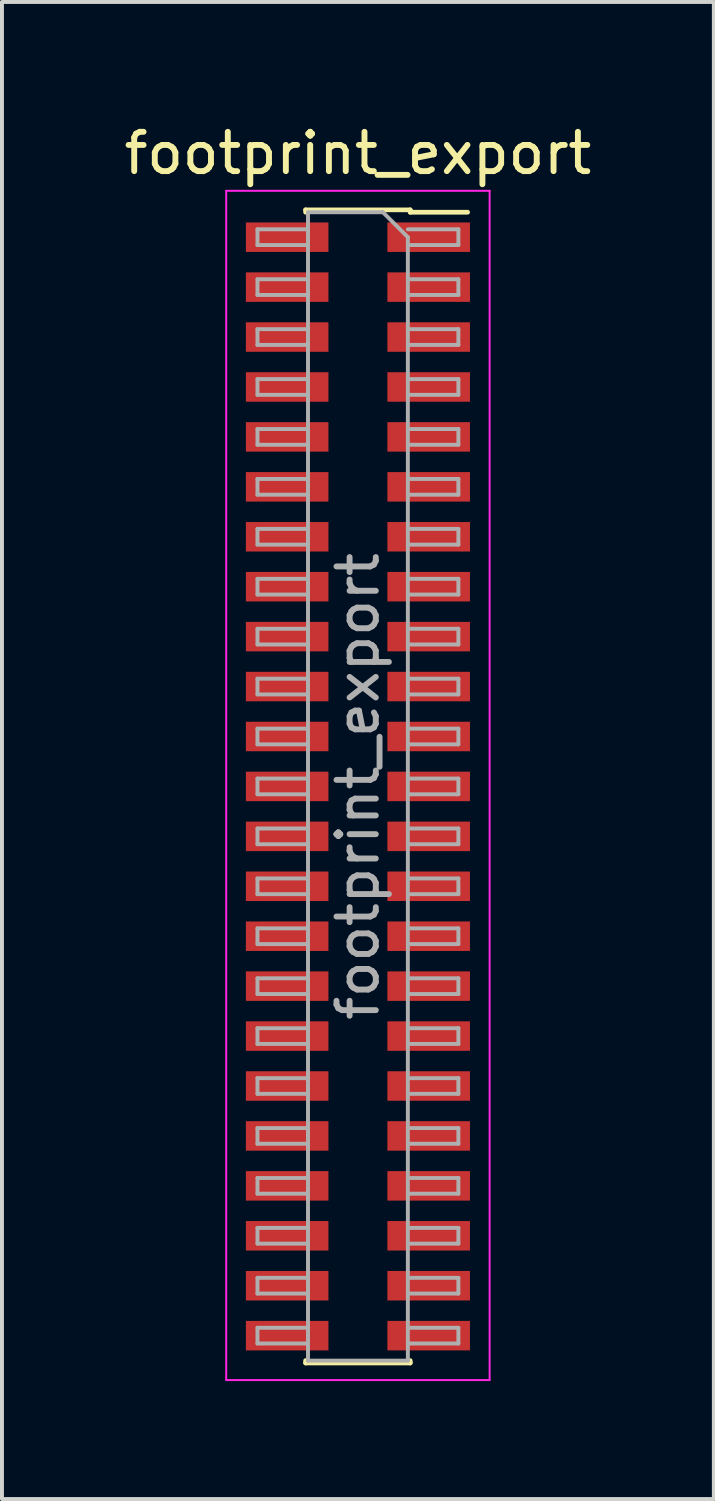
<source format=kicad_pcb>
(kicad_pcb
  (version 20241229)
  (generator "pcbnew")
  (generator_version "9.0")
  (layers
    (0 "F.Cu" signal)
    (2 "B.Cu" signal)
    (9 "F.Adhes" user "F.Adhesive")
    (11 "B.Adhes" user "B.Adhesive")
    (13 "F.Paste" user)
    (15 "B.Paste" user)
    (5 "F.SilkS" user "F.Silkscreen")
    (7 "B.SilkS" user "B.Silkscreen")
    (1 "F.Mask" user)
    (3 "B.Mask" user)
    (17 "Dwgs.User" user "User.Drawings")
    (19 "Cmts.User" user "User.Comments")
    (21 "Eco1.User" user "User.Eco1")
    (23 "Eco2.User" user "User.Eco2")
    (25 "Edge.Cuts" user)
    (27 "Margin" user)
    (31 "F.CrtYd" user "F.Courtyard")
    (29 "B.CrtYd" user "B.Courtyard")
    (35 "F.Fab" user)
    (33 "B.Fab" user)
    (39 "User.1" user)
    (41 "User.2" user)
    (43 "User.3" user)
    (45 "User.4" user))
  (footprint "footprint_export"
    (layer "F.Cu")
    (at 6.054 16.953)
    (property "Reference" "footprint_export" (at 0 -16.105 0) (layer "F.SilkS") (effects (font (size 1 1) (thickness 0.15))))
    (attr smd)
    (fp_line (start -1.33 -14.665) (end -1.33 -14.605) (stroke (width 0.12) (type solid)) (layer "F.SilkS"))
    (fp_line (start -1.33 -14.665) (end 1.33 -14.665) (stroke (width 0.12) (type solid)) (layer "F.SilkS"))
    (fp_line (start -1.33 14.605) (end -1.33 14.665) (stroke (width 0.12) (type solid)) (layer "F.SilkS"))
    (fp_line (start -1.33 14.665) (end 1.33 14.665) (stroke (width 0.12) (type solid)) (layer "F.SilkS"))
    (fp_line (start 1.33 -14.665) (end 1.33 -14.605) (stroke (width 0.12) (type solid)) (layer "F.SilkS"))
    (fp_line (start 1.33 -14.605) (end 2.79 -14.605) (stroke (width 0.12) (type solid)) (layer "F.SilkS"))
    (fp_line (start 1.33 14.605) (end 1.33 14.665) (stroke (width 0.12) (type solid)) (layer "F.SilkS"))
    (fp_line (start -3.35 -15.15) (end 3.35 -15.15) (stroke (width 0.05) (type solid)) (layer "F.CrtYd"))
    (fp_line (start -3.35 15.1) (end -3.35 -15.15) (stroke (width 0.05) (type solid)) (layer "F.CrtYd"))
    (fp_line (start 3.35 -15.15) (end 3.35 15.1) (stroke (width 0.05) (type solid)) (layer "F.CrtYd"))
    (fp_line (start 3.35 15.1) (end -3.35 15.1) (stroke (width 0.05) (type solid)) (layer "F.CrtYd"))
    (fp_line (start -2.555 -14.17) (end -1.27 -14.17) (stroke (width 0.1) (type solid)) (layer "F.Fab"))
    (fp_line (start -2.555 -13.77) (end -2.555 -14.17) (stroke (width 0.1) (type solid)) (layer "F.Fab"))
    (fp_line (start -2.555 -12.9) (end -1.27 -12.9) (stroke (width 0.1) (type solid)) (layer "F.Fab"))
    (fp_line (start -2.555 -12.5) (end -2.555 -12.9) (stroke (width 0.1) (type solid)) (layer "F.Fab"))
    (fp_line (start -2.555 -11.63) (end -1.27 -11.63) (stroke (width 0.1) (type solid)) (layer "F.Fab"))
    (fp_line (start -2.555 -11.23) (end -2.555 -11.63) (stroke (width 0.1) (type solid)) (layer "F.Fab"))
    (fp_line (start -2.555 -10.36) (end -1.27 -10.36) (stroke (width 0.1) (type solid)) (layer "F.Fab"))
    (fp_line (start -2.555 -9.96) (end -2.555 -10.36) (stroke (width 0.1) (type solid)) (layer "F.Fab"))
    (fp_line (start -2.555 -9.09) (end -1.27 -9.09) (stroke (width 0.1) (type solid)) (layer "F.Fab"))
    (fp_line (start -2.555 -8.69) (end -2.555 -9.09) (stroke (width 0.1) (type solid)) (layer "F.Fab"))
    (fp_line (start -2.555 -7.82) (end -1.27 -7.82) (stroke (width 0.1) (type solid)) (layer "F.Fab"))
    (fp_line (start -2.555 -7.42) (end -2.555 -7.82) (stroke (width 0.1) (type solid)) (layer "F.Fab"))
    (fp_line (start -2.555 -6.55) (end -1.27 -6.55) (stroke (width 0.1) (type solid)) (layer "F.Fab"))
    (fp_line (start -2.555 -6.15) (end -2.555 -6.55) (stroke (width 0.1) (type solid)) (layer "F.Fab"))
    (fp_line (start -2.555 -5.28) (end -1.27 -5.28) (stroke (width 0.1) (type solid)) (layer "F.Fab"))
    (fp_line (start -2.555 -4.88) (end -2.555 -5.28) (stroke (width 0.1) (type solid)) (layer "F.Fab"))
    (fp_line (start -2.555 -4.01) (end -1.27 -4.01) (stroke (width 0.1) (type solid)) (layer "F.Fab"))
    (fp_line (start -2.555 -3.61) (end -2.555 -4.01) (stroke (width 0.1) (type solid)) (layer "F.Fab"))
    (fp_line (start -2.555 -2.74) (end -1.27 -2.74) (stroke (width 0.1) (type solid)) (layer "F.Fab"))
    (fp_line (start -2.555 -2.34) (end -2.555 -2.74) (stroke (width 0.1) (type solid)) (layer "F.Fab"))
    (fp_line (start -2.555 -1.47) (end -1.27 -1.47) (stroke (width 0.1) (type solid)) (layer "F.Fab"))
    (fp_line (start -2.555 -1.07) (end -2.555 -1.47) (stroke (width 0.1) (type solid)) (layer "F.Fab"))
    (fp_line (start -2.555 -0.2) (end -1.27 -0.2) (stroke (width 0.1) (type solid)) (layer "F.Fab"))
    (fp_line (start -2.555 0.2) (end -2.555 -0.2) (stroke (width 0.1) (type solid)) (layer "F.Fab"))
    (fp_line (start -2.555 1.07) (end -1.27 1.07) (stroke (width 0.1) (type solid)) (layer "F.Fab"))
    (fp_line (start -2.555 1.47) (end -2.555 1.07) (stroke (width 0.1) (type solid)) (layer "F.Fab"))
    (fp_line (start -2.555 2.34) (end -1.27 2.34) (stroke (width 0.1) (type solid)) (layer "F.Fab"))
    (fp_line (start -2.555 2.74) (end -2.555 2.34) (stroke (width 0.1) (type solid)) (layer "F.Fab"))
    (fp_line (start -2.555 3.61) (end -1.27 3.61) (stroke (width 0.1) (type solid)) (layer "F.Fab"))
    (fp_line (start -2.555 4.01) (end -2.555 3.61) (stroke (width 0.1) (type solid)) (layer "F.Fab"))
    (fp_line (start -2.555 4.88) (end -1.27 4.88) (stroke (width 0.1) (type solid)) (layer "F.Fab"))
    (fp_line (start -2.555 5.28) (end -2.555 4.88) (stroke (width 0.1) (type solid)) (layer "F.Fab"))
    (fp_line (start -2.555 6.15) (end -1.27 6.15) (stroke (width 0.1) (type solid)) (layer "F.Fab"))
    (fp_line (start -2.555 6.55) (end -2.555 6.15) (stroke (width 0.1) (type solid)) (layer "F.Fab"))
    (fp_line (start -2.555 7.42) (end -1.27 7.42) (stroke (width 0.1) (type solid)) (layer "F.Fab"))
    (fp_line (start -2.555 7.82) (end -2.555 7.42) (stroke (width 0.1) (type solid)) (layer "F.Fab"))
    (fp_line (start -2.555 8.69) (end -1.27 8.69) (stroke (width 0.1) (type solid)) (layer "F.Fab"))
    (fp_line (start -2.555 9.09) (end -2.555 8.69) (stroke (width 0.1) (type solid)) (layer "F.Fab"))
    (fp_line (start -2.555 9.96) (end -1.27 9.96) (stroke (width 0.1) (type solid)) (layer "F.Fab"))
    (fp_line (start -2.555 10.36) (end -2.555 9.96) (stroke (width 0.1) (type solid)) (layer "F.Fab"))
    (fp_line (start -2.555 11.23) (end -1.27 11.23) (stroke (width 0.1) (type solid)) (layer "F.Fab"))
    (fp_line (start -2.555 11.63) (end -2.555 11.23) (stroke (width 0.1) (type solid)) (layer "F.Fab"))
    (fp_line (start -2.555 12.5) (end -1.27 12.5) (stroke (width 0.1) (type solid)) (layer "F.Fab"))
    (fp_line (start -2.555 12.9) (end -2.555 12.5) (stroke (width 0.1) (type solid)) (layer "F.Fab"))
    (fp_line (start -2.555 13.77) (end -1.27 13.77) (stroke (width 0.1) (type solid)) (layer "F.Fab"))
    (fp_line (start -2.555 14.17) (end -2.555 13.77) (stroke (width 0.1) (type solid)) (layer "F.Fab"))
    (fp_line (start -1.27 -14.605) (end 0.635 -14.605) (stroke (width 0.1) (type solid)) (layer "F.Fab"))
    (fp_line (start -1.27 -13.77) (end -2.555 -13.77) (stroke (width 0.1) (type solid)) (layer "F.Fab"))
    (fp_line (start -1.27 -12.5) (end -2.555 -12.5) (stroke (width 0.1) (type solid)) (layer "F.Fab"))
    (fp_line (start -1.27 -11.23) (end -2.555 -11.23) (stroke (width 0.1) (type solid)) (layer "F.Fab"))
    (fp_line (start -1.27 -9.96) (end -2.555 -9.96) (stroke (width 0.1) (type solid)) (layer "F.Fab"))
    (fp_line (start -1.27 -8.69) (end -2.555 -8.69) (stroke (width 0.1) (type solid)) (layer "F.Fab"))
    (fp_line (start -1.27 -7.42) (end -2.555 -7.42) (stroke (width 0.1) (type solid)) (layer "F.Fab"))
    (fp_line (start -1.27 -6.15) (end -2.555 -6.15) (stroke (width 0.1) (type solid)) (layer "F.Fab"))
    (fp_line (start -1.27 -4.88) (end -2.555 -4.88) (stroke (width 0.1) (type solid)) (layer "F.Fab"))
    (fp_line (start -1.27 -3.61) (end -2.555 -3.61) (stroke (width 0.1) (type solid)) (layer "F.Fab"))
    (fp_line (start -1.27 -2.34) (end -2.555 -2.34) (stroke (width 0.1) (type solid)) (layer "F.Fab"))
    (fp_line (start -1.27 -1.07) (end -2.555 -1.07) (stroke (width 0.1) (type solid)) (layer "F.Fab"))
    (fp_line (start -1.27 0.2) (end -2.555 0.2) (stroke (width 0.1) (type solid)) (layer "F.Fab"))
    (fp_line (start -1.27 1.47) (end -2.555 1.47) (stroke (width 0.1) (type solid)) (layer "F.Fab"))
    (fp_line (start -1.27 2.74) (end -2.555 2.74) (stroke (width 0.1) (type solid)) (layer "F.Fab"))
    (fp_line (start -1.27 4.01) (end -2.555 4.01) (stroke (width 0.1) (type solid)) (layer "F.Fab"))
    (fp_line (start -1.27 5.28) (end -2.555 5.28) (stroke (width 0.1) (type solid)) (layer "F.Fab"))
    (fp_line (start -1.27 6.55) (end -2.555 6.55) (stroke (width 0.1) (type solid)) (layer "F.Fab"))
    (fp_line (start -1.27 7.82) (end -2.555 7.82) (stroke (width 0.1) (type solid)) (layer "F.Fab"))
    (fp_line (start -1.27 9.09) (end -2.555 9.09) (stroke (width 0.1) (type solid)) (layer "F.Fab"))
    (fp_line (start -1.27 10.36) (end -2.555 10.36) (stroke (width 0.1) (type solid)) (layer "F.Fab"))
    (fp_line (start -1.27 11.63) (end -2.555 11.63) (stroke (width 0.1) (type solid)) (layer "F.Fab"))
    (fp_line (start -1.27 12.9) (end -2.555 12.9) (stroke (width 0.1) (type solid)) (layer "F.Fab"))
    (fp_line (start -1.27 14.17) (end -2.555 14.17) (stroke (width 0.1) (type solid)) (layer "F.Fab"))
    (fp_line (start -1.27 14.605) (end -1.27 -14.605) (stroke (width 0.1) (type solid)) (layer "F.Fab"))
    (fp_line (start 0.635 -14.605) (end 1.27 -13.97) (stroke (width 0.1) (type solid)) (layer "F.Fab"))
    (fp_line (start 1.27 -14.17) (end 2.555 -14.17) (stroke (width 0.1) (type solid)) (layer "F.Fab"))
    (fp_line (start 1.27 -13.97) (end 1.27 14.605) (stroke (width 0.1) (type solid)) (layer "F.Fab"))
    (fp_line (start 1.27 -12.9) (end 2.555 -12.9) (stroke (width 0.1) (type solid)) (layer "F.Fab"))
    (fp_line (start 1.27 -11.63) (end 2.555 -11.63) (stroke (width 0.1) (type solid)) (layer "F.Fab"))
    (fp_line (start 1.27 -10.36) (end 2.555 -10.36) (stroke (width 0.1) (type solid)) (layer "F.Fab"))
    (fp_line (start 1.27 -9.09) (end 2.555 -9.09) (stroke (width 0.1) (type solid)) (layer "F.Fab"))
    (fp_line (start 1.27 -7.82) (end 2.555 -7.82) (stroke (width 0.1) (type solid)) (layer "F.Fab"))
    (fp_line (start 1.27 -6.55) (end 2.555 -6.55) (stroke (width 0.1) (type solid)) (layer "F.Fab"))
    (fp_line (start 1.27 -5.28) (end 2.555 -5.28) (stroke (width 0.1) (type solid)) (layer "F.Fab"))
    (fp_line (start 1.27 -4.01) (end 2.555 -4.01) (stroke (width 0.1) (type solid)) (layer "F.Fab"))
    (fp_line (start 1.27 -2.74) (end 2.555 -2.74) (stroke (width 0.1) (type solid)) (layer "F.Fab"))
    (fp_line (start 1.27 -1.47) (end 2.555 -1.47) (stroke (width 0.1) (type solid)) (layer "F.Fab"))
    (fp_line (start 1.27 -0.2) (end 2.555 -0.2) (stroke (width 0.1) (type solid)) (layer "F.Fab"))
    (fp_line (start 1.27 1.07) (end 2.555 1.07) (stroke (width 0.1) (type solid)) (layer "F.Fab"))
    (fp_line (start 1.27 2.34) (end 2.555 2.34) (stroke (width 0.1) (type solid)) (layer "F.Fab"))
    (fp_line (start 1.27 3.61) (end 2.555 3.61) (stroke (width 0.1) (type solid)) (layer "F.Fab"))
    (fp_line (start 1.27 4.88) (end 2.555 4.88) (stroke (width 0.1) (type solid)) (layer "F.Fab"))
    (fp_line (start 1.27 6.15) (end 2.555 6.15) (stroke (width 0.1) (type solid)) (layer "F.Fab"))
    (fp_line (start 1.27 7.42) (end 2.555 7.42) (stroke (width 0.1) (type solid)) (layer "F.Fab"))
    (fp_line (start 1.27 8.69) (end 2.555 8.69) (stroke (width 0.1) (type solid)) (layer "F.Fab"))
    (fp_line (start 1.27 9.96) (end 2.555 9.96) (stroke (width 0.1) (type solid)) (layer "F.Fab"))
    (fp_line (start 1.27 11.23) (end 2.555 11.23) (stroke (width 0.1) (type solid)) (layer "F.Fab"))
    (fp_line (start 1.27 12.5) (end 2.555 12.5) (stroke (width 0.1) (type solid)) (layer "F.Fab"))
    (fp_line (start 1.27 13.77) (end 2.555 13.77) (stroke (width 0.1) (type solid)) (layer "F.Fab"))
    (fp_line (start 1.27 14.605) (end -1.27 14.605) (stroke (width 0.1) (type solid)) (layer "F.Fab"))
    (fp_line (start 2.555 -14.17) (end 2.555 -13.77) (stroke (width 0.1) (type solid)) (layer "F.Fab"))
    (fp_line (start 2.555 -13.77) (end 1.27 -13.77) (stroke (width 0.1) (type solid)) (layer "F.Fab"))
    (fp_line (start 2.555 -12.9) (end 2.555 -12.5) (stroke (width 0.1) (type solid)) (layer "F.Fab"))
    (fp_line (start 2.555 -12.5) (end 1.27 -12.5) (stroke (width 0.1) (type solid)) (layer "F.Fab"))
    (fp_line (start 2.555 -11.63) (end 2.555 -11.23) (stroke (width 0.1) (type solid)) (layer "F.Fab"))
    (fp_line (start 2.555 -11.23) (end 1.27 -11.23) (stroke (width 0.1) (type solid)) (layer "F.Fab"))
    (fp_line (start 2.555 -10.36) (end 2.555 -9.96) (stroke (width 0.1) (type solid)) (layer "F.Fab"))
    (fp_line (start 2.555 -9.96) (end 1.27 -9.96) (stroke (width 0.1) (type solid)) (layer "F.Fab"))
    (fp_line (start 2.555 -9.09) (end 2.555 -8.69) (stroke (width 0.1) (type solid)) (layer "F.Fab"))
    (fp_line (start 2.555 -8.69) (end 1.27 -8.69) (stroke (width 0.1) (type solid)) (layer "F.Fab"))
    (fp_line (start 2.555 -7.82) (end 2.555 -7.42) (stroke (width 0.1) (type solid)) (layer "F.Fab"))
    (fp_line (start 2.555 -7.42) (end 1.27 -7.42) (stroke (width 0.1) (type solid)) (layer "F.Fab"))
    (fp_line (start 2.555 -6.55) (end 2.555 -6.15) (stroke (width 0.1) (type solid)) (layer "F.Fab"))
    (fp_line (start 2.555 -6.15) (end 1.27 -6.15) (stroke (width 0.1) (type solid)) (layer "F.Fab"))
    (fp_line (start 2.555 -5.28) (end 2.555 -4.88) (stroke (width 0.1) (type solid)) (layer "F.Fab"))
    (fp_line (start 2.555 -4.88) (end 1.27 -4.88) (stroke (width 0.1) (type solid)) (layer "F.Fab"))
    (fp_line (start 2.555 -4.01) (end 2.555 -3.61) (stroke (width 0.1) (type solid)) (layer "F.Fab"))
    (fp_line (start 2.555 -3.61) (end 1.27 -3.61) (stroke (width 0.1) (type solid)) (layer "F.Fab"))
    (fp_line (start 2.555 -2.74) (end 2.555 -2.34) (stroke (width 0.1) (type solid)) (layer "F.Fab"))
    (fp_line (start 2.555 -2.34) (end 1.27 -2.34) (stroke (width 0.1) (type solid)) (layer "F.Fab"))
    (fp_line (start 2.555 -1.47) (end 2.555 -1.07) (stroke (width 0.1) (type solid)) (layer "F.Fab"))
    (fp_line (start 2.555 -1.07) (end 1.27 -1.07) (stroke (width 0.1) (type solid)) (layer "F.Fab"))
    (fp_line (start 2.555 -0.2) (end 2.555 0.2) (stroke (width 0.1) (type solid)) (layer "F.Fab"))
    (fp_line (start 2.555 0.2) (end 1.27 0.2) (stroke (width 0.1) (type solid)) (layer "F.Fab"))
    (fp_line (start 2.555 1.07) (end 2.555 1.47) (stroke (width 0.1) (type solid)) (layer "F.Fab"))
    (fp_line (start 2.555 1.47) (end 1.27 1.47) (stroke (width 0.1) (type solid)) (layer "F.Fab"))
    (fp_line (start 2.555 2.34) (end 2.555 2.74) (stroke (width 0.1) (type solid)) (layer "F.Fab"))
    (fp_line (start 2.555 2.74) (end 1.27 2.74) (stroke (width 0.1) (type solid)) (layer "F.Fab"))
    (fp_line (start 2.555 3.61) (end 2.555 4.01) (stroke (width 0.1) (type solid)) (layer "F.Fab"))
    (fp_line (start 2.555 4.01) (end 1.27 4.01) (stroke (width 0.1) (type solid)) (layer "F.Fab"))
    (fp_line (start 2.555 4.88) (end 2.555 5.28) (stroke (width 0.1) (type solid)) (layer "F.Fab"))
    (fp_line (start 2.555 5.28) (end 1.27 5.28) (stroke (width 0.1) (type solid)) (layer "F.Fab"))
    (fp_line (start 2.555 6.15) (end 2.555 6.55) (stroke (width 0.1) (type solid)) (layer "F.Fab"))
    (fp_line (start 2.555 6.55) (end 1.27 6.55) (stroke (width 0.1) (type solid)) (layer "F.Fab"))
    (fp_line (start 2.555 7.42) (end 2.555 7.82) (stroke (width 0.1) (type solid)) (layer "F.Fab"))
    (fp_line (start 2.555 7.82) (end 1.27 7.82) (stroke (width 0.1) (type solid)) (layer "F.Fab"))
    (fp_line (start 2.555 8.69) (end 2.555 9.09) (stroke (width 0.1) (type solid)) (layer "F.Fab"))
    (fp_line (start 2.555 9.09) (end 1.27 9.09) (stroke (width 0.1) (type solid)) (layer "F.Fab"))
    (fp_line (start 2.555 9.96) (end 2.555 10.36) (stroke (width 0.1) (type solid)) (layer "F.Fab"))
    (fp_line (start 2.555 10.36) (end 1.27 10.36) (stroke (width 0.1) (type solid)) (layer "F.Fab"))
    (fp_line (start 2.555 11.23) (end 2.555 11.63) (stroke (width 0.1) (type solid)) (layer "F.Fab"))
    (fp_line (start 2.555 11.63) (end 1.27 11.63) (stroke (width 0.1) (type solid)) (layer "F.Fab"))
    (fp_line (start 2.555 12.5) (end 2.555 12.9) (stroke (width 0.1) (type solid)) (layer "F.Fab"))
    (fp_line (start 2.555 12.9) (end 1.27 12.9) (stroke (width 0.1) (type solid)) (layer "F.Fab"))
    (fp_line (start 2.555 13.77) (end 2.555 14.17) (stroke (width 0.1) (type solid)) (layer "F.Fab"))
    (fp_line (start 2.555 14.17) (end 1.27 14.17) (stroke (width 0.1) (type solid)) (layer "F.Fab"))
    (fp_text user "${REFERENCE}" (at 0 0 90) (layer "F.Fab") (effects (font (size 1 1) (thickness 0.15))))
    (pad "1" smd rect (at 1.8 -13.97) (size 2.1 0.75) (layers "F.Cu" "F.Mask" "F.Paste"))
    (pad "2" smd rect (at -1.8 -13.97) (size 2.1 0.75) (layers "F.Cu" "F.Mask" "F.Paste"))
    (pad "3" smd rect (at 1.8 -12.7) (size 2.1 0.75) (layers "F.Cu" "F.Mask" "F.Paste"))
    (pad "4" smd rect (at -1.8 -12.7) (size 2.1 0.75) (layers "F.Cu" "F.Mask" "F.Paste"))
    (pad "5" smd rect (at 1.8 -11.43) (size 2.1 0.75) (layers "F.Cu" "F.Mask" "F.Paste"))
    (pad "6" smd rect (at -1.8 -11.43) (size 2.1 0.75) (layers "F.Cu" "F.Mask" "F.Paste"))
    (pad "7" smd rect (at 1.8 -10.16) (size 2.1 0.75) (layers "F.Cu" "F.Mask" "F.Paste"))
    (pad "8" smd rect (at -1.8 -10.16) (size 2.1 0.75) (layers "F.Cu" "F.Mask" "F.Paste"))
    (pad "9" smd rect (at 1.8 -8.89) (size 2.1 0.75) (layers "F.Cu" "F.Mask" "F.Paste"))
    (pad "10" smd rect (at -1.8 -8.89) (size 2.1 0.75) (layers "F.Cu" "F.Mask" "F.Paste"))
    (pad "11" smd rect (at 1.8 -7.62) (size 2.1 0.75) (layers "F.Cu" "F.Mask" "F.Paste"))
    (pad "12" smd rect (at -1.8 -7.62) (size 2.1 0.75) (layers "F.Cu" "F.Mask" "F.Paste"))
    (pad "13" smd rect (at 1.8 -6.35) (size 2.1 0.75) (layers "F.Cu" "F.Mask" "F.Paste"))
    (pad "14" smd rect (at -1.8 -6.35) (size 2.1 0.75) (layers "F.Cu" "F.Mask" "F.Paste"))
    (pad "15" smd rect (at 1.8 -5.08) (size 2.1 0.75) (layers "F.Cu" "F.Mask" "F.Paste"))
    (pad "16" smd rect (at -1.8 -5.08) (size 2.1 0.75) (layers "F.Cu" "F.Mask" "F.Paste"))
    (pad "17" smd rect (at 1.8 -3.81) (size 2.1 0.75) (layers "F.Cu" "F.Mask" "F.Paste"))
    (pad "18" smd rect (at -1.8 -3.81) (size 2.1 0.75) (layers "F.Cu" "F.Mask" "F.Paste"))
    (pad "19" smd rect (at 1.8 -2.54) (size 2.1 0.75) (layers "F.Cu" "F.Mask" "F.Paste"))
    (pad "20" smd rect (at -1.8 -2.54) (size 2.1 0.75) (layers "F.Cu" "F.Mask" "F.Paste"))
    (pad "21" smd rect (at 1.8 -1.27) (size 2.1 0.75) (layers "F.Cu" "F.Mask" "F.Paste"))
    (pad "22" smd rect (at -1.8 -1.27) (size 2.1 0.75) (layers "F.Cu" "F.Mask" "F.Paste"))
    (pad "23" smd rect (at 1.8 0) (size 2.1 0.75) (layers "F.Cu" "F.Mask" "F.Paste"))
    (pad "24" smd rect (at -1.8 0) (size 2.1 0.75) (layers "F.Cu" "F.Mask" "F.Paste"))
    (pad "25" smd rect (at 1.8 1.27) (size 2.1 0.75) (layers "F.Cu" "F.Mask" "F.Paste"))
    (pad "26" smd rect (at -1.8 1.27) (size 2.1 0.75) (layers "F.Cu" "F.Mask" "F.Paste"))
    (pad "27" smd rect (at 1.8 2.54) (size 2.1 0.75) (layers "F.Cu" "F.Mask" "F.Paste"))
    (pad "28" smd rect (at -1.8 2.54) (size 2.1 0.75) (layers "F.Cu" "F.Mask" "F.Paste"))
    (pad "29" smd rect (at 1.8 3.81) (size 2.1 0.75) (layers "F.Cu" "F.Mask" "F.Paste"))
    (pad "30" smd rect (at -1.8 3.81) (size 2.1 0.75) (layers "F.Cu" "F.Mask" "F.Paste"))
    (pad "31" smd rect (at 1.8 5.08) (size 2.1 0.75) (layers "F.Cu" "F.Mask" "F.Paste"))
    (pad "32" smd rect (at -1.8 5.08) (size 2.1 0.75) (layers "F.Cu" "F.Mask" "F.Paste"))
    (pad "33" smd rect (at 1.8 6.35) (size 2.1 0.75) (layers "F.Cu" "F.Mask" "F.Paste"))
    (pad "34" smd rect (at -1.8 6.35) (size 2.1 0.75) (layers "F.Cu" "F.Mask" "F.Paste"))
    (pad "35" smd rect (at 1.8 7.62) (size 2.1 0.75) (layers "F.Cu" "F.Mask" "F.Paste"))
    (pad "36" smd rect (at -1.8 7.62) (size 2.1 0.75) (layers "F.Cu" "F.Mask" "F.Paste"))
    (pad "37" smd rect (at 1.8 8.89) (size 2.1 0.75) (layers "F.Cu" "F.Mask" "F.Paste"))
    (pad "38" smd rect (at -1.8 8.89) (size 2.1 0.75) (layers "F.Cu" "F.Mask" "F.Paste"))
    (pad "39" smd rect (at 1.8 10.16) (size 2.1 0.75) (layers "F.Cu" "F.Mask" "F.Paste"))
    (pad "40" smd rect (at -1.8 10.16) (size 2.1 0.75) (layers "F.Cu" "F.Mask" "F.Paste"))
    (pad "41" smd rect (at 1.8 11.43) (size 2.1 0.75) (layers "F.Cu" "F.Mask" "F.Paste"))
    (pad "42" smd rect (at -1.8 11.43) (size 2.1 0.75) (layers "F.Cu" "F.Mask" "F.Paste"))
    (pad "43" smd rect (at 1.8 12.7) (size 2.1 0.75) (layers "F.Cu" "F.Mask" "F.Paste"))
    (pad "44" smd rect (at -1.8 12.7) (size 2.1 0.75) (layers "F.Cu" "F.Mask" "F.Paste"))
    (pad "45" smd rect (at 1.8 13.97) (size 2.1 0.75) (layers "F.Cu" "F.Mask" "F.Paste"))
    (pad "46" smd rect (at -1.8 13.97) (size 2.1 0.75) (layers "F.Cu" "F.Mask" "F.Paste")))
  (gr_rect
    (start -3 -3)
    (end 15.107 35.078)
    (stroke (width 0.1) (type default))
    (fill no)
    (layer "Edge.Cuts")))
</source>
